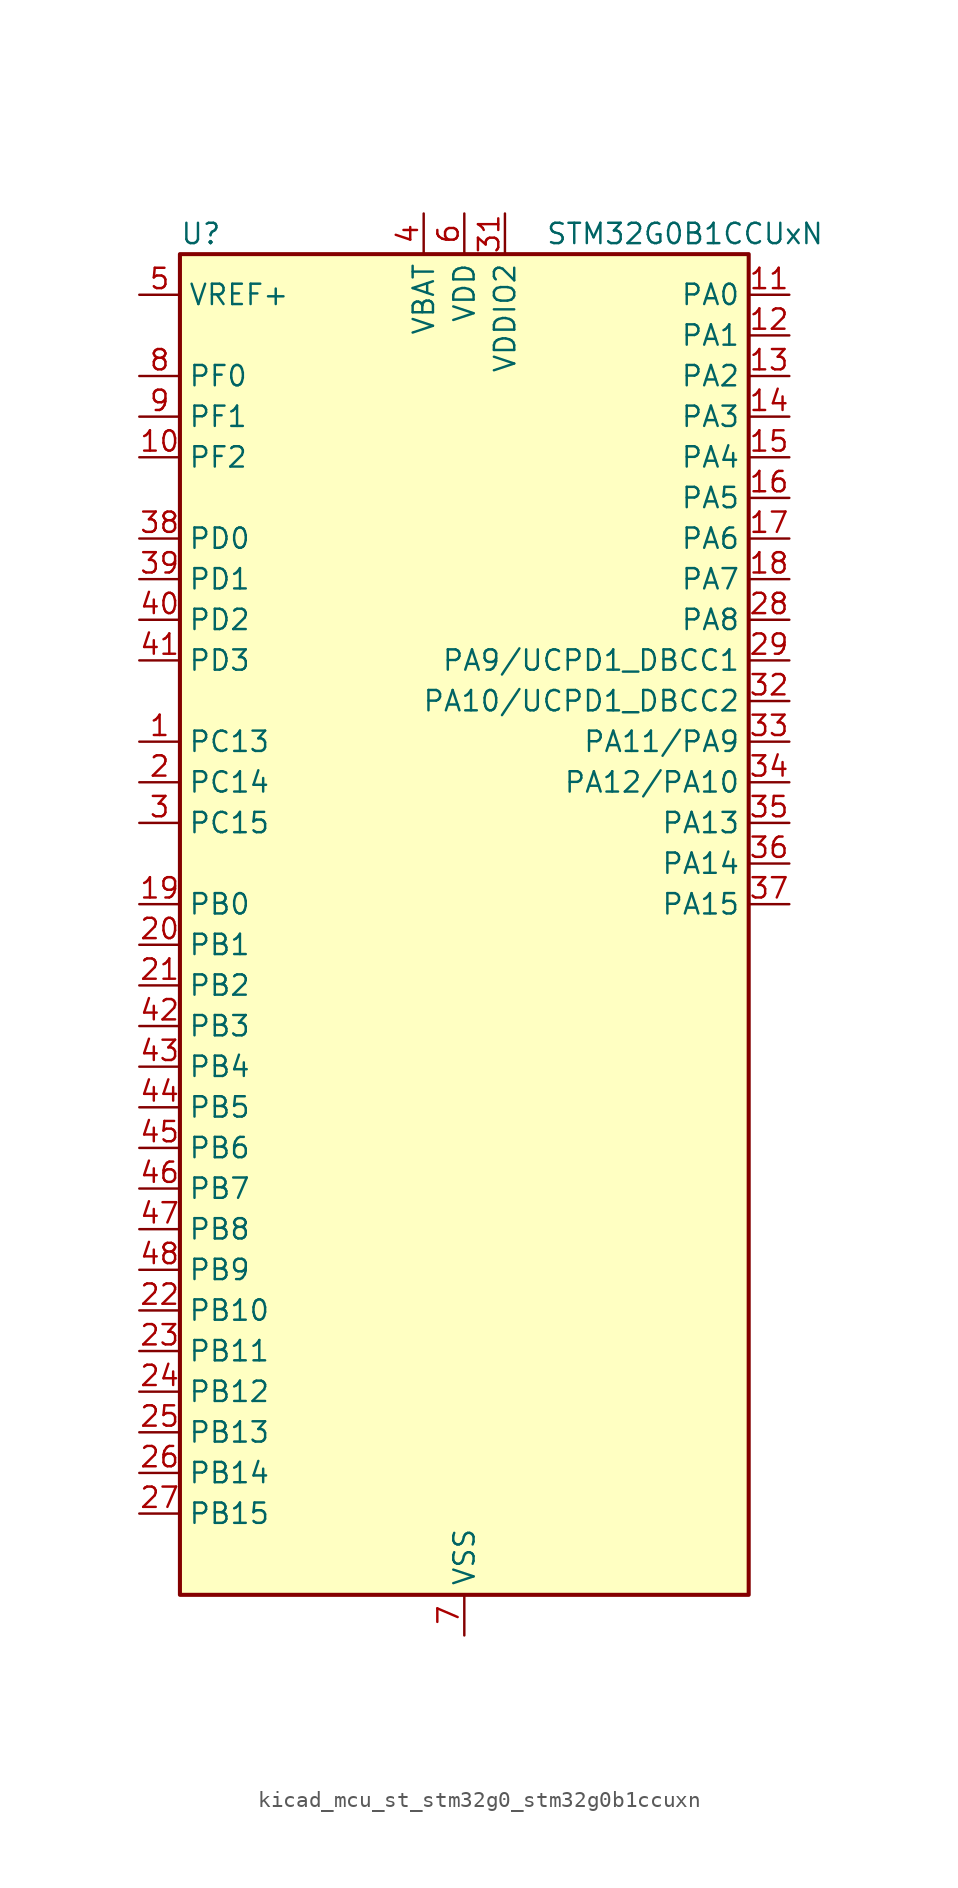
<source format=kicad_sym>
(kicad_symbol_lib
  (version 20220914)
  (generator kicad_symbol_editor)
  (symbol "kicad_mcu_st_stm32g0_stm32g0b1ccuxn"
    (property "Reference" "U"
      (at -17.78 44.45 0)
      (effects (font (size 1.27 1.27)) (justify left)))
    (property "Value" "STM32G0B1CCUxN"
      (at 5.08 44.45 0)
      (effects (font (size 1.27 1.27)) (justify left)))
    (property "ki_locked" ""
      (at 0 0 0)
      (effects (font (size 1.27 1.27))))
    (symbol "kicad_mcu_st_stm32g0_stm32g0b1ccuxn_0_1"
      (rectangle (start -17.78 -40.64) (end 17.78 43.18) (stroke (width 0.254) (type default)) (fill (type background))))
    (symbol "kicad_mcu_st_stm32g0_stm32g0b1ccuxn_1_1"
      (pin bidirectional line (at -20.32 12.7 0) (length 2.54) (name "PC13" (effects (font (size 1.27 1.27)))) (number "1" (effects (font (size 1.27 1.27)))) (alternate "RTC_OUT1" bidirectional line) (alternate "RTC_TAMP_IN1" bidirectional line) (alternate "RTC_TS" bidirectional line) (alternate "SYS_WKUP2" bidirectional line) (alternate "TIM1_BK" bidirectional line))
      (pin bidirectional line (at -20.32 30.48 0) (length 2.54) (name "PF2" (effects (font (size 1.27 1.27)))) (number "10" (effects (font (size 1.27 1.27)))) (alternate "LPUART2_DE" bidirectional line) (alternate "LPUART2_RTS" bidirectional line) (alternate "LPUART2_TX" bidirectional line) (alternate "RCC_MCO" bidirectional line))
      (pin bidirectional line (at 20.32 40.64 180) (length 2.54) (name "PA0" (effects (font (size 1.27 1.27)))) (number "11" (effects (font (size 1.27 1.27)))) (alternate "ADC1_IN0" bidirectional line) (alternate "COMP1_INM" bidirectional line) (alternate "COMP1_OUT" bidirectional line) (alternate "I2S2_CK" bidirectional line) (alternate "LPTIM1_OUT" bidirectional line) (alternate "RTC_TAMP_IN2" bidirectional line) (alternate "SPI2_SCK" bidirectional line) (alternate "SYS_WKUP1" bidirectional line) (alternate "TIM2_CH1" bidirectional line) (alternate "TIM2_ETR" bidirectional line) (alternate "UCPD2_FRSTX1" bidirectional line) (alternate "UCPD2_FRSTX2" bidirectional line) (alternate "USART2_CTS" bidirectional line) (alternate "USART2_NSS" bidirectional line) (alternate "USART4_TX" bidirectional line))
      (pin bidirectional line (at 20.32 38.1 180) (length 2.54) (name "PA1" (effects (font (size 1.27 1.27)))) (number "12" (effects (font (size 1.27 1.27)))) (alternate "ADC1_IN1" bidirectional line) (alternate "COMP1_INP" bidirectional line) (alternate "I2C1_SMBA" bidirectional line) (alternate "I2S1_CK" bidirectional line) (alternate "SPI1_SCK" bidirectional line) (alternate "TIM15_CH1N" bidirectional line) (alternate "TIM2_CH2" bidirectional line) (alternate "USART2_CK" bidirectional line) (alternate "USART2_DE" bidirectional line) (alternate "USART2_RTS" bidirectional line) (alternate "USART4_RX" bidirectional line))
      (pin bidirectional line (at 20.32 35.56 180) (length 2.54) (name "PA2" (effects (font (size 1.27 1.27)))) (number "13" (effects (font (size 1.27 1.27)))) (alternate "ADC1_IN2" bidirectional line) (alternate "COMP2_INM" bidirectional line) (alternate "COMP2_OUT" bidirectional line) (alternate "I2S1_SD" bidirectional line) (alternate "LPUART1_TX" bidirectional line) (alternate "RCC_LSCO" bidirectional line) (alternate "SPI1_MOSI" bidirectional line) (alternate "SYS_WKUP4" bidirectional line) (alternate "TIM15_CH1" bidirectional line) (alternate "TIM2_CH3" bidirectional line) (alternate "UCPD1_FRSTX1" bidirectional line) (alternate "UCPD1_FRSTX2" bidirectional line) (alternate "USART2_TX" bidirectional line))
      (pin bidirectional line (at 20.32 33.02 180) (length 2.54) (name "PA3" (effects (font (size 1.27 1.27)))) (number "14" (effects (font (size 1.27 1.27)))) (alternate "ADC1_IN3" bidirectional line) (alternate "COMP2_INP" bidirectional line) (alternate "I2S2_MCK" bidirectional line) (alternate "LPUART1_RX" bidirectional line) (alternate "SPI2_MISO" bidirectional line) (alternate "TIM15_CH2" bidirectional line) (alternate "TIM2_CH4" bidirectional line) (alternate "UCPD2_FRSTX1" bidirectional line) (alternate "UCPD2_FRSTX2" bidirectional line) (alternate "USART2_RX" bidirectional line))
      (pin bidirectional line (at 20.32 30.48 180) (length 2.54) (name "PA4" (effects (font (size 1.27 1.27)))) (number "15" (effects (font (size 1.27 1.27)))) (alternate "ADC1_IN4" bidirectional line) (alternate "DAC1_OUT1" bidirectional line) (alternate "I2S1_WS" bidirectional line) (alternate "I2S2_SD" bidirectional line) (alternate "LPTIM2_OUT" bidirectional line) (alternate "RTC_OUT2" bidirectional line) (alternate "SPI1_NSS" bidirectional line) (alternate "SPI2_MOSI" bidirectional line) (alternate "SPI3_NSS" bidirectional line) (alternate "TIM14_CH1" bidirectional line) (alternate "UCPD2_FRSTX1" bidirectional line) (alternate "UCPD2_FRSTX2" bidirectional line) (alternate "USART6_TX" bidirectional line) (alternate "USB_NOE" bidirectional line))
      (pin bidirectional line (at 20.32 27.94 180) (length 2.54) (name "PA5" (effects (font (size 1.27 1.27)))) (number "16" (effects (font (size 1.27 1.27)))) (alternate "ADC1_IN5" bidirectional line) (alternate "CEC" bidirectional line) (alternate "DAC1_OUT2" bidirectional line) (alternate "I2S1_CK" bidirectional line) (alternate "LPTIM2_ETR" bidirectional line) (alternate "SPI1_SCK" bidirectional line) (alternate "TIM2_CH1" bidirectional line) (alternate "TIM2_ETR" bidirectional line) (alternate "UCPD1_FRSTX1" bidirectional line) (alternate "UCPD1_FRSTX2" bidirectional line) (alternate "USART3_TX" bidirectional line) (alternate "USART6_RX" bidirectional line))
      (pin bidirectional line (at 20.32 25.4 180) (length 2.54) (name "PA6" (effects (font (size 1.27 1.27)))) (number "17" (effects (font (size 1.27 1.27)))) (alternate "ADC1_IN6" bidirectional line) (alternate "COMP1_OUT" bidirectional line) (alternate "I2C2_SDA" bidirectional line) (alternate "I2C3_SDA" bidirectional line) (alternate "I2S1_MCK" bidirectional line) (alternate "LPUART1_CTS" bidirectional line) (alternate "SPI1_MISO" bidirectional line) (alternate "TIM16_CH1" bidirectional line) (alternate "TIM1_BK" bidirectional line) (alternate "TIM3_CH1" bidirectional line) (alternate "USART3_CTS" bidirectional line) (alternate "USART3_NSS" bidirectional line) (alternate "USART6_CTS" bidirectional line) (alternate "USART6_NSS" bidirectional line))
      (pin bidirectional line (at 20.32 22.86 180) (length 2.54) (name "PA7" (effects (font (size 1.27 1.27)))) (number "18" (effects (font (size 1.27 1.27)))) (alternate "ADC1_IN7" bidirectional line) (alternate "COMP2_OUT" bidirectional line) (alternate "I2C2_SCL" bidirectional line) (alternate "I2C3_SCL" bidirectional line) (alternate "I2S1_SD" bidirectional line) (alternate "SPI1_MOSI" bidirectional line) (alternate "TIM14_CH1" bidirectional line) (alternate "TIM17_CH1" bidirectional line) (alternate "TIM1_CH1N" bidirectional line) (alternate "TIM3_CH2" bidirectional line) (alternate "UCPD1_FRSTX1" bidirectional line) (alternate "UCPD1_FRSTX2" bidirectional line) (alternate "USART6_CK" bidirectional line) (alternate "USART6_DE" bidirectional line) (alternate "USART6_RTS" bidirectional line))
      (pin bidirectional line (at -20.32 2.54 0) (length 2.54) (name "PB0" (effects (font (size 1.27 1.27)))) (number "19" (effects (font (size 1.27 1.27)))) (alternate "ADC1_IN8" bidirectional line) (alternate "COMP1_OUT" bidirectional line) (alternate "COMP3_INP" bidirectional line) (alternate "FDCAN2_RX" bidirectional line) (alternate "I2S1_WS" bidirectional line) (alternate "LPTIM1_OUT" bidirectional line) (alternate "LPUART2_CTS" bidirectional line) (alternate "SPI1_NSS" bidirectional line) (alternate "TIM1_CH2N" bidirectional line) (alternate "TIM3_CH3" bidirectional line) (alternate "UCPD1_FRSTX1" bidirectional line) (alternate "UCPD1_FRSTX2" bidirectional line) (alternate "USART3_RX" bidirectional line) (alternate "USART5_TX" bidirectional line))
      (pin bidirectional line (at -20.32 10.16 0) (length 2.54) (name "PC14" (effects (font (size 1.27 1.27)))) (number "2" (effects (font (size 1.27 1.27)))) (alternate "RCC_OSC32_IN" bidirectional line) (alternate "TIM1_BK2" bidirectional line))
      (pin bidirectional line (at -20.32 0 0) (length 2.54) (name "PB1" (effects (font (size 1.27 1.27)))) (number "20" (effects (font (size 1.27 1.27)))) (alternate "ADC1_IN9" bidirectional line) (alternate "COMP1_INM" bidirectional line) (alternate "COMP3_OUT" bidirectional line) (alternate "FDCAN2_TX" bidirectional line) (alternate "LPTIM2_IN1" bidirectional line) (alternate "LPUART1_DE" bidirectional line) (alternate "LPUART1_RTS" bidirectional line) (alternate "LPUART2_DE" bidirectional line) (alternate "LPUART2_RTS" bidirectional line) (alternate "TIM14_CH1" bidirectional line) (alternate "TIM1_CH3N" bidirectional line) (alternate "TIM3_CH4" bidirectional line) (alternate "USART3_CK" bidirectional line) (alternate "USART3_DE" bidirectional line) (alternate "USART3_RTS" bidirectional line) (alternate "USART5_RX" bidirectional line))
      (pin bidirectional line (at -20.32 -2.54 0) (length 2.54) (name "PB2" (effects (font (size 1.27 1.27)))) (number "21" (effects (font (size 1.27 1.27)))) (alternate "ADC1_IN10" bidirectional line) (alternate "COMP1_INP" bidirectional line) (alternate "COMP3_INM" bidirectional line) (alternate "I2S2_MCK" bidirectional line) (alternate "LPTIM1_OUT" bidirectional line) (alternate "RCC_MCO_2" bidirectional line) (alternate "SPI2_MISO" bidirectional line) (alternate "USART3_TX" bidirectional line))
      (pin bidirectional line (at -20.32 -22.86 0) (length 2.54) (name "PB10" (effects (font (size 1.27 1.27)))) (number "22" (effects (font (size 1.27 1.27)))) (alternate "ADC1_IN11" bidirectional line) (alternate "CEC" bidirectional line) (alternate "COMP1_OUT" bidirectional line) (alternate "I2C2_SCL" bidirectional line) (alternate "I2S2_CK" bidirectional line) (alternate "LPUART1_RX" bidirectional line) (alternate "SPI2_SCK" bidirectional line) (alternate "TIM2_CH3" bidirectional line) (alternate "USART3_TX" bidirectional line))
      (pin bidirectional line (at -20.32 -25.4 0) (length 2.54) (name "PB11" (effects (font (size 1.27 1.27)))) (number "23" (effects (font (size 1.27 1.27)))) (alternate "ADC1_EXTI11" bidirectional line) (alternate "ADC1_IN15" bidirectional line) (alternate "COMP2_OUT" bidirectional line) (alternate "I2C2_SDA" bidirectional line) (alternate "I2S2_SD" bidirectional line) (alternate "LPUART1_TX" bidirectional line) (alternate "SPI2_MOSI" bidirectional line) (alternate "TIM2_CH4" bidirectional line) (alternate "USART3_RX" bidirectional line))
      (pin bidirectional line (at -20.32 -27.94 0) (length 2.54) (name "PB12" (effects (font (size 1.27 1.27)))) (number "24" (effects (font (size 1.27 1.27)))) (alternate "ADC1_IN16" bidirectional line) (alternate "FDCAN2_RX" bidirectional line) (alternate "I2C2_SMBA" bidirectional line) (alternate "I2S2_WS" bidirectional line) (alternate "LPUART1_DE" bidirectional line) (alternate "LPUART1_RTS" bidirectional line) (alternate "SPI2_NSS" bidirectional line) (alternate "TIM15_BK" bidirectional line) (alternate "TIM1_BK" bidirectional line) (alternate "UCPD2_FRSTX1" bidirectional line) (alternate "UCPD2_FRSTX2" bidirectional line))
      (pin bidirectional line (at -20.32 -30.48 0) (length 2.54) (name "PB13" (effects (font (size 1.27 1.27)))) (number "25" (effects (font (size 1.27 1.27)))) (alternate "FDCAN2_TX" bidirectional line) (alternate "I2C2_SCL" bidirectional line) (alternate "I2S2_CK" bidirectional line) (alternate "LPUART1_CTS" bidirectional line) (alternate "SPI2_SCK" bidirectional line) (alternate "TIM15_CH1N" bidirectional line) (alternate "TIM1_CH1N" bidirectional line) (alternate "USART3_CTS" bidirectional line) (alternate "USART3_NSS" bidirectional line))
      (pin bidirectional line (at -20.32 -33.02 0) (length 2.54) (name "PB14" (effects (font (size 1.27 1.27)))) (number "26" (effects (font (size 1.27 1.27)))) (alternate "I2C2_SDA" bidirectional line) (alternate "I2S2_MCK" bidirectional line) (alternate "SPI2_MISO" bidirectional line) (alternate "TIM15_CH1" bidirectional line) (alternate "TIM1_CH2N" bidirectional line) (alternate "UCPD1_FRSTX1" bidirectional line) (alternate "UCPD1_FRSTX2" bidirectional line) (alternate "USART3_CK" bidirectional line) (alternate "USART3_DE" bidirectional line) (alternate "USART3_RTS" bidirectional line) (alternate "USART6_CK" bidirectional line) (alternate "USART6_DE" bidirectional line) (alternate "USART6_RTS" bidirectional line))
      (pin bidirectional line (at -20.32 -35.56 0) (length 2.54) (name "PB15" (effects (font (size 1.27 1.27)))) (number "27" (effects (font (size 1.27 1.27)))) (alternate "I2S2_SD" bidirectional line) (alternate "RTC_REFIN" bidirectional line) (alternate "SPI2_MOSI" bidirectional line) (alternate "TIM15_CH1N" bidirectional line) (alternate "TIM15_CH2" bidirectional line) (alternate "TIM1_CH3N" bidirectional line) (alternate "UCPD1_CC2" bidirectional line) (alternate "USART6_CTS" bidirectional line) (alternate "USART6_NSS" bidirectional line))
      (pin bidirectional line (at 20.32 20.32 180) (length 2.54) (name "PA8" (effects (font (size 1.27 1.27)))) (number "28" (effects (font (size 1.27 1.27)))) (alternate "CRS1_SYNC" bidirectional line) (alternate "I2C2_SMBA" bidirectional line) (alternate "I2S2_WS" bidirectional line) (alternate "LPTIM2_OUT" bidirectional line) (alternate "RCC_MCO" bidirectional line) (alternate "SPI2_NSS" bidirectional line) (alternate "TIM1_CH1" bidirectional line) (alternate "UCPD1_CC1" bidirectional line))
      (pin bidirectional line (at 20.32 17.78 180) (length 2.54) (name "PA9/UCPD1_DBCC1" (effects (font (size 1.27 1.27)))) (number "29" (effects (font (size 1.27 1.27)))) (alternate "DAC1_EXTI9" bidirectional line) (alternate "I2C1_SCL" bidirectional line) (alternate "I2C2_SCL" bidirectional line) (alternate "I2S2_MCK" bidirectional line) (alternate "RCC_MCO" bidirectional line) (alternate "SPI2_MISO" bidirectional line) (alternate "TIM15_BK" bidirectional line) (alternate "TIM1_CH2" bidirectional line) (alternate "UCPD1_DBCC1" bidirectional line) (alternate "USART1_TX" bidirectional line))
      (pin bidirectional line (at -20.32 7.62 0) (length 2.54) (name "PC15" (effects (font (size 1.27 1.27)))) (number "3" (effects (font (size 1.27 1.27)))) (alternate "RCC_OSC32_EN" bidirectional line) (alternate "RCC_OSC32_OUT" bidirectional line) (alternate "RCC_OSC_EN" bidirectional line) (alternate "TIM15_BK" bidirectional line))
      (pin passive line (at 0 -43.18 90) (length 2.54) hide (name "VSS" (effects (font (size 1.27 1.27)))) (number "30" (effects (font (size 1.27 1.27)))))
      (pin power_in line (at 2.54 45.72 270) (length 2.54) (name "VDDIO2" (effects (font (size 1.27 1.27)))) (number "31" (effects (font (size 1.27 1.27)))))
      (pin bidirectional line (at 20.32 15.24 180) (length 2.54) (name "PA10/UCPD1_DBCC2" (effects (font (size 1.27 1.27)))) (number "32" (effects (font (size 1.27 1.27)))) (alternate "I2C1_SDA" bidirectional line) (alternate "I2C2_SDA" bidirectional line) (alternate "I2S2_SD" bidirectional line) (alternate "RCC_MCO_2" bidirectional line) (alternate "SPI2_MOSI" bidirectional line) (alternate "TIM17_BK" bidirectional line) (alternate "TIM1_CH3" bidirectional line) (alternate "UCPD1_DBCC2" bidirectional line) (alternate "USART1_RX" bidirectional line))
      (pin bidirectional line (at 20.32 12.7 180) (length 2.54) (name "PA11/PA9" (effects (font (size 1.27 1.27)))) (number "33" (effects (font (size 1.27 1.27)))) (alternate "ADC1_EXTI11" bidirectional line) (alternate "COMP1_OUT" bidirectional line) (alternate "FDCAN1_RX" bidirectional line) (alternate "I2C2_SCL" bidirectional line) (alternate "I2S1_MCK" bidirectional line) (alternate "SPI1_MISO" bidirectional line) (alternate "TIM1_BK2" bidirectional line) (alternate "TIM1_CH4" bidirectional line) (alternate "USART1_CTS" bidirectional line) (alternate "USART1_NSS" bidirectional line) (alternate "USB_DM" bidirectional line))
      (pin bidirectional line (at 20.32 10.16 180) (length 2.54) (name "PA12/PA10" (effects (font (size 1.27 1.27)))) (number "34" (effects (font (size 1.27 1.27)))) (alternate "COMP2_OUT" bidirectional line) (alternate "FDCAN1_TX" bidirectional line) (alternate "I2C2_SDA" bidirectional line) (alternate "I2S1_SD" bidirectional line) (alternate "I2S_CKIN" bidirectional line) (alternate "SPI1_MOSI" bidirectional line) (alternate "TIM1_ETR" bidirectional line) (alternate "USART1_CK" bidirectional line) (alternate "USART1_DE" bidirectional line) (alternate "USART1_RTS" bidirectional line) (alternate "USB_DP" bidirectional line))
      (pin bidirectional line (at 20.32 7.62 180) (length 2.54) (name "PA13" (effects (font (size 1.27 1.27)))) (number "35" (effects (font (size 1.27 1.27)))) (alternate "IR_OUT" bidirectional line) (alternate "LPUART2_RX" bidirectional line) (alternate "SYS_SWDIO" bidirectional line) (alternate "USB_NOE" bidirectional line))
      (pin bidirectional line (at 20.32 5.08 180) (length 2.54) (name "PA14" (effects (font (size 1.27 1.27)))) (number "36" (effects (font (size 1.27 1.27)))) (alternate "LPUART2_TX" bidirectional line) (alternate "SYS_SWCLK" bidirectional line) (alternate "USART2_TX" bidirectional line))
      (pin bidirectional line (at 20.32 2.54 180) (length 2.54) (name "PA15" (effects (font (size 1.27 1.27)))) (number "37" (effects (font (size 1.27 1.27)))) (alternate "I2C2_SMBA" bidirectional line) (alternate "I2S1_WS" bidirectional line) (alternate "RCC_MCO_2" bidirectional line) (alternate "SPI1_NSS" bidirectional line) (alternate "SPI3_NSS" bidirectional line) (alternate "TIM2_CH1" bidirectional line) (alternate "TIM2_ETR" bidirectional line) (alternate "USART2_RX" bidirectional line) (alternate "USART3_CK" bidirectional line) (alternate "USART3_DE" bidirectional line) (alternate "USART3_RTS" bidirectional line) (alternate "USART4_CK" bidirectional line) (alternate "USART4_DE" bidirectional line) (alternate "USART4_RTS" bidirectional line) (alternate "USB_NOE" bidirectional line))
      (pin bidirectional line (at -20.32 25.4 0) (length 2.54) (name "PD0" (effects (font (size 1.27 1.27)))) (number "38" (effects (font (size 1.27 1.27)))) (alternate "FDCAN1_RX" bidirectional line) (alternate "I2S2_WS" bidirectional line) (alternate "SPI2_NSS" bidirectional line) (alternate "TIM16_CH1" bidirectional line) (alternate "UCPD2_CC1" bidirectional line))
      (pin bidirectional line (at -20.32 22.86 0) (length 2.54) (name "PD1" (effects (font (size 1.27 1.27)))) (number "39" (effects (font (size 1.27 1.27)))) (alternate "FDCAN1_TX" bidirectional line) (alternate "I2S2_CK" bidirectional line) (alternate "SPI2_SCK" bidirectional line) (alternate "TIM17_CH1" bidirectional line) (alternate "UCPD2_DBCC1" bidirectional line))
      (pin power_in line (at -2.54 45.72 270) (length 2.54) (name "VBAT" (effects (font (size 1.27 1.27)))) (number "4" (effects (font (size 1.27 1.27)))))
      (pin bidirectional line (at -20.32 20.32 0) (length 2.54) (name "PD2" (effects (font (size 1.27 1.27)))) (number "40" (effects (font (size 1.27 1.27)))) (alternate "TIM1_CH1N" bidirectional line) (alternate "TIM3_ETR" bidirectional line) (alternate "UCPD2_CC2" bidirectional line) (alternate "USART3_CK" bidirectional line) (alternate "USART3_DE" bidirectional line) (alternate "USART3_RTS" bidirectional line) (alternate "USART5_RX" bidirectional line))
      (pin bidirectional line (at -20.32 17.78 0) (length 2.54) (name "PD3" (effects (font (size 1.27 1.27)))) (number "41" (effects (font (size 1.27 1.27)))) (alternate "I2S2_MCK" bidirectional line) (alternate "SPI2_MISO" bidirectional line) (alternate "TIM1_CH2N" bidirectional line) (alternate "UCPD2_DBCC2" bidirectional line) (alternate "USART2_CTS" bidirectional line) (alternate "USART2_NSS" bidirectional line) (alternate "USART5_TX" bidirectional line))
      (pin bidirectional line (at -20.32 -5.08 0) (length 2.54) (name "PB3" (effects (font (size 1.27 1.27)))) (number "42" (effects (font (size 1.27 1.27)))) (alternate "COMP2_INM" bidirectional line) (alternate "I2C2_SCL" bidirectional line) (alternate "I2C3_SCL" bidirectional line) (alternate "I2S1_CK" bidirectional line) (alternate "SPI1_SCK" bidirectional line) (alternate "SPI3_SCK" bidirectional line) (alternate "TIM1_CH2" bidirectional line) (alternate "TIM2_CH2" bidirectional line) (alternate "USART1_CK" bidirectional line) (alternate "USART1_DE" bidirectional line) (alternate "USART1_RTS" bidirectional line) (alternate "USART5_TX" bidirectional line))
      (pin bidirectional line (at -20.32 -7.62 0) (length 2.54) (name "PB4" (effects (font (size 1.27 1.27)))) (number "43" (effects (font (size 1.27 1.27)))) (alternate "COMP2_INP" bidirectional line) (alternate "I2C2_SDA" bidirectional line) (alternate "I2C3_SDA" bidirectional line) (alternate "I2S1_MCK" bidirectional line) (alternate "SPI1_MISO" bidirectional line) (alternate "SPI3_MISO" bidirectional line) (alternate "TIM17_BK" bidirectional line) (alternate "TIM3_CH1" bidirectional line) (alternate "USART1_CTS" bidirectional line) (alternate "USART1_NSS" bidirectional line) (alternate "USART5_RX" bidirectional line))
      (pin bidirectional line (at -20.32 -10.16 0) (length 2.54) (name "PB5" (effects (font (size 1.27 1.27)))) (number "44" (effects (font (size 1.27 1.27)))) (alternate "COMP2_OUT" bidirectional line) (alternate "FDCAN2_RX" bidirectional line) (alternate "I2C1_SMBA" bidirectional line) (alternate "I2S1_SD" bidirectional line) (alternate "LPTIM1_IN1" bidirectional line) (alternate "SPI1_MOSI" bidirectional line) (alternate "SPI3_MOSI" bidirectional line) (alternate "SYS_WKUP6" bidirectional line) (alternate "TIM16_BK" bidirectional line) (alternate "TIM3_CH2" bidirectional line) (alternate "USART5_CK" bidirectional line) (alternate "USART5_DE" bidirectional line) (alternate "USART5_RTS" bidirectional line))
      (pin bidirectional line (at -20.32 -12.7 0) (length 2.54) (name "PB6" (effects (font (size 1.27 1.27)))) (number "45" (effects (font (size 1.27 1.27)))) (alternate "COMP2_INP" bidirectional line) (alternate "FDCAN2_TX" bidirectional line) (alternate "I2C1_SCL" bidirectional line) (alternate "I2S2_MCK" bidirectional line) (alternate "LPTIM1_ETR" bidirectional line) (alternate "LPUART2_TX" bidirectional line) (alternate "SPI2_MISO" bidirectional line) (alternate "TIM16_CH1N" bidirectional line) (alternate "TIM1_CH3" bidirectional line) (alternate "TIM4_CH1" bidirectional line) (alternate "USART1_TX" bidirectional line) (alternate "USART5_CTS" bidirectional line) (alternate "USART5_NSS" bidirectional line))
      (pin bidirectional line (at -20.32 -15.24 0) (length 2.54) (name "PB7" (effects (font (size 1.27 1.27)))) (number "46" (effects (font (size 1.27 1.27)))) (alternate "COMP2_INM" bidirectional line) (alternate "I2C1_SDA" bidirectional line) (alternate "I2S2_SD" bidirectional line) (alternate "LPTIM1_IN2" bidirectional line) (alternate "LPUART2_RX" bidirectional line) (alternate "SPI2_MOSI" bidirectional line) (alternate "SYS_PVD_IN" bidirectional line) (alternate "TIM17_CH1N" bidirectional line) (alternate "TIM4_CH2" bidirectional line) (alternate "USART1_RX" bidirectional line) (alternate "USART4_CTS" bidirectional line) (alternate "USART4_NSS" bidirectional line))
      (pin bidirectional line (at -20.32 -17.78 0) (length 2.54) (name "PB8" (effects (font (size 1.27 1.27)))) (number "47" (effects (font (size 1.27 1.27)))) (alternate "CEC" bidirectional line) (alternate "FDCAN1_RX" bidirectional line) (alternate "I2C1_SCL" bidirectional line) (alternate "I2S2_CK" bidirectional line) (alternate "SPI2_SCK" bidirectional line) (alternate "TIM15_BK" bidirectional line) (alternate "TIM16_CH1" bidirectional line) (alternate "TIM4_CH3" bidirectional line) (alternate "USART3_TX" bidirectional line) (alternate "USART6_TX" bidirectional line))
      (pin bidirectional line (at -20.32 -20.32 0) (length 2.54) (name "PB9" (effects (font (size 1.27 1.27)))) (number "48" (effects (font (size 1.27 1.27)))) (alternate "DAC1_EXTI9" bidirectional line) (alternate "FDCAN1_TX" bidirectional line) (alternate "I2C1_SDA" bidirectional line) (alternate "I2S2_WS" bidirectional line) (alternate "IR_OUT" bidirectional line) (alternate "SPI2_NSS" bidirectional line) (alternate "TIM17_CH1" bidirectional line) (alternate "TIM4_CH4" bidirectional line) (alternate "UCPD2_FRSTX1" bidirectional line) (alternate "UCPD2_FRSTX2" bidirectional line) (alternate "USART3_RX" bidirectional line) (alternate "USART6_RX" bidirectional line))
      (pin passive line (at 0 -43.18 90) (length 2.54) hide (name "VSS" (effects (font (size 1.27 1.27)))) (number "49" (effects (font (size 1.27 1.27)))))
      (pin input line (at -20.32 40.64 0) (length 2.54) (name "VREF+" (effects (font (size 1.27 1.27)))) (number "5" (effects (font (size 1.27 1.27)))) (alternate "VREFBUF_OUT" bidirectional line))
      (pin power_in line (at 0 45.72 270) (length 2.54) (name "VDD" (effects (font (size 1.27 1.27)))) (number "6" (effects (font (size 1.27 1.27)))))
      (pin power_in line (at 0 -43.18 90) (length 2.54) (name "VSS" (effects (font (size 1.27 1.27)))) (number "7" (effects (font (size 1.27 1.27)))))
      (pin bidirectional line (at -20.32 35.56 0) (length 2.54) (name "PF0" (effects (font (size 1.27 1.27)))) (number "8" (effects (font (size 1.27 1.27)))) (alternate "CRS1_SYNC" bidirectional line) (alternate "RCC_OSC_IN" bidirectional line) (alternate "TIM14_CH1" bidirectional line))
      (pin bidirectional line (at -20.32 33.02 0) (length 2.54) (name "PF1" (effects (font (size 1.27 1.27)))) (number "9" (effects (font (size 1.27 1.27)))) (alternate "RCC_OSC_EN" bidirectional line) (alternate "RCC_OSC_OUT" bidirectional line) (alternate "TIM15_CH1N" bidirectional line)))))
</source>
